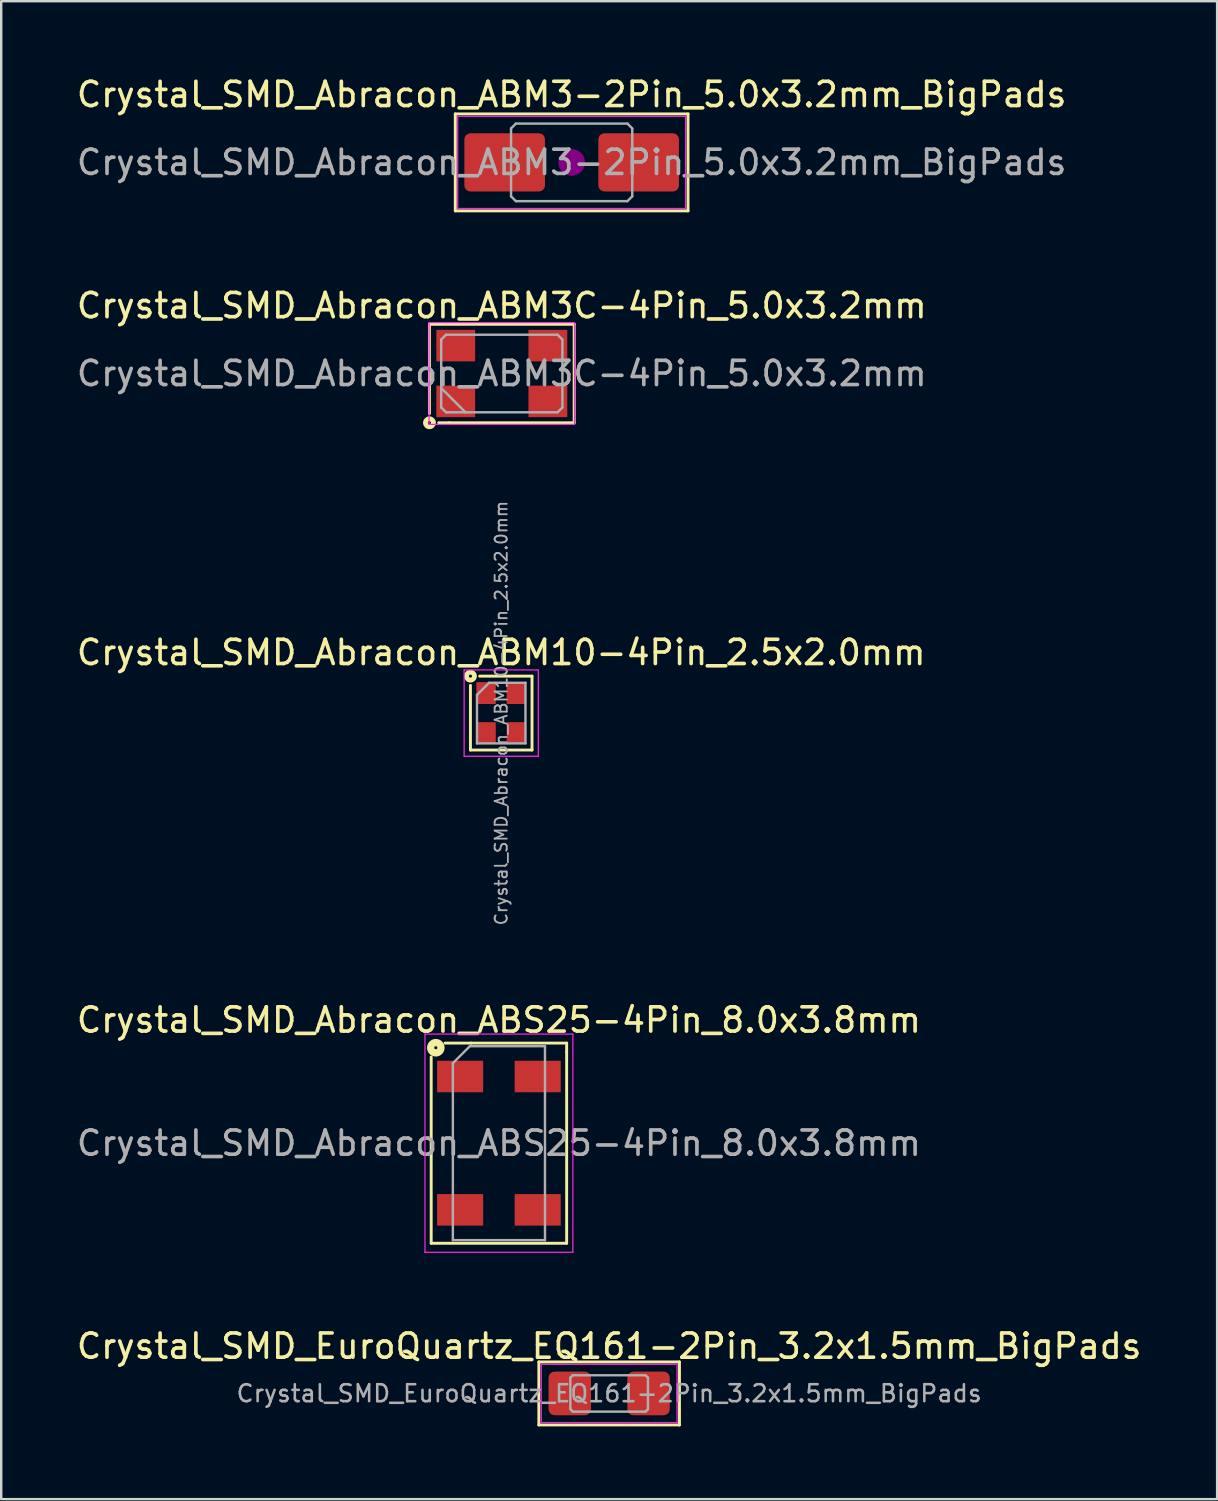
<source format=kicad_pcb>
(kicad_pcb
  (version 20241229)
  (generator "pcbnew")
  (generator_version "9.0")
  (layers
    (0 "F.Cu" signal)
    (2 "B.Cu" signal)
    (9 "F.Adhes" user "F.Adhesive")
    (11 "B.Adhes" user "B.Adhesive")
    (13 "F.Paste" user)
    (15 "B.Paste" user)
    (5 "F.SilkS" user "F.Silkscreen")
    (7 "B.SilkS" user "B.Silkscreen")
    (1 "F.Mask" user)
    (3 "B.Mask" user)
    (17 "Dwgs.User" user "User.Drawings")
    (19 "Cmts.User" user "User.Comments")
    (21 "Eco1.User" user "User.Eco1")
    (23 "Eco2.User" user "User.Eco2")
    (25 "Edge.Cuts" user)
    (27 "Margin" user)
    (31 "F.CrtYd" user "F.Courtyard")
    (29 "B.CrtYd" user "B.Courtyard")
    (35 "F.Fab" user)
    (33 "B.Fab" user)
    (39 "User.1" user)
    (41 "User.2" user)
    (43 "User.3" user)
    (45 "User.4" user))
  (footprint "Crystal_SMD_Abracon_ABM3C-4Pin_5.0x3.2mm"
    (layer "F.Cu")
    (at 17.649 12.357)
    (property "Reference" "Crystal_SMD_Abracon_ABM3C-4Pin_5.0x3.2mm" (at 0 -2.8 0) (layer "F.SilkS") (effects (font (size 1 1) (thickness 0.15))))
    (attr smd)
    (fp_line (start -2.985 -2.032) (end 2.985 -2.032) (stroke (width 0.12) (type solid)) (layer "F.SilkS"))
    (fp_line (start -2.985 1.651) (end -2.985 -2.032) (stroke (width 0.12) (type solid)) (layer "F.SilkS"))
    (fp_line (start -2.603 2.032) (end -2.159 2.032) (stroke (width 0.12) (type solid)) (layer "F.SilkS"))
    (fp_line (start 2.985 -2.032) (end 2.985 2.032) (stroke (width 0.12) (type solid)) (layer "F.SilkS"))
    (fp_line (start 2.985 2.032) (end -2.159 2.032) (stroke (width 0.12) (type solid)) (layer "F.SilkS"))
    (fp_circle (center -2.985 2.032) (end -2.921 2.032) (stroke (width 0.2) (type solid)) (fill no) (layer "F.SilkS"))
    (fp_line (start -3 -2.1) (end -3 2.1) (stroke (width 0.05) (type solid)) (layer "F.CrtYd"))
    (fp_line (start -3 2.1) (end 3 2.1) (stroke (width 0.05) (type solid)) (layer "F.CrtYd"))
    (fp_line (start 3 -2.1) (end -3 -2.1) (stroke (width 0.05) (type solid)) (layer "F.CrtYd"))
    (fp_line (start 3 2.1) (end 3 -2.1) (stroke (width 0.05) (type solid)) (layer "F.CrtYd"))
    (fp_line (start -2.5 -1.4) (end -2.3 -1.6) (stroke (width 0.1) (type solid)) (layer "F.Fab"))
    (fp_line (start -2.5 0.6) (end -1.5 1.6) (stroke (width 0.1) (type solid)) (layer "F.Fab"))
    (fp_line (start -2.5 1.4) (end -2.5 -1.4) (stroke (width 0.1) (type solid)) (layer "F.Fab"))
    (fp_line (start -2.3 -1.6) (end 2.3 -1.6) (stroke (width 0.1) (type solid)) (layer "F.Fab"))
    (fp_line (start -2.3 1.6) (end -2.5 1.4) (stroke (width 0.1) (type solid)) (layer "F.Fab"))
    (fp_line (start 2.3 -1.6) (end 2.5 -1.4) (stroke (width 0.1) (type solid)) (layer "F.Fab"))
    (fp_line (start 2.3 1.6) (end -2.3 1.6) (stroke (width 0.1) (type solid)) (layer "F.Fab"))
    (fp_line (start 2.5 -1.4) (end 2.5 1.4) (stroke (width 0.1) (type solid)) (layer "F.Fab"))
    (fp_line (start 2.5 1.4) (end 2.3 1.6) (stroke (width 0.1) (type solid)) (layer "F.Fab"))
    (fp_text user "${REFERENCE}" (at 0 0 0) (layer "F.Fab") (effects (font (size 1 1) (thickness 0.15))))
    (pad "1" smd rect (at -1.9 1.15) (size 1.6 1.3) (layers "F.Cu" "F.Mask" "F.Paste"))
    (pad "2" smd rect (at 1.9 1.15) (size 1.6 1.3) (layers "F.Cu" "F.Mask" "F.Paste"))
    (pad "3" smd rect (at 1.9 -1.15) (size 1.6 1.3) (layers "F.Cu" "F.Mask" "F.Paste"))
    (pad "4" smd rect (at -1.9 -1.15) (size 1.6 1.3) (layers "F.Cu" "F.Mask" "F.Paste")))
  (footprint "Crystal_SMD_Abracon_ABM10-4Pin_2.5x2.0mm"
    (layer "F.Cu")
    (at 17.625 26.364)
    (property "Reference" "Crystal_SMD_Abracon_ABM10-4Pin_2.5x2.0mm" (at 0 -2.5 0) (layer "F.SilkS") (effects (font (size 1 1) (thickness 0.15))))
    (attr smd)
    (fp_line (start -1.27 -1.143) (end -1.27 1.524) (stroke (width 0.12) (type solid)) (layer "F.SilkS"))
    (fp_line (start -1.27 1.524) (end 1.27 1.524) (stroke (width 0.12) (type solid)) (layer "F.SilkS"))
    (fp_line (start 1.27 -1.524) (end -0.889 -1.524) (stroke (width 0.12) (type solid)) (layer "F.SilkS"))
    (fp_line (start 1.27 1.524) (end 1.27 -1.524) (stroke (width 0.12) (type solid)) (layer "F.SilkS"))
    (fp_circle (center -1.27 -1.524) (end -1.206 -1.524) (stroke (width 0.2) (type solid)) (fill no) (layer "F.SilkS"))
    (fp_line (start -1.53 -1.78) (end -1.53 1.78) (stroke (width 0.05) (type solid)) (layer "F.CrtYd"))
    (fp_line (start -1.53 1.78) (end 1.53 1.78) (stroke (width 0.05) (type solid)) (layer "F.CrtYd"))
    (fp_line (start 1.53 -1.78) (end -1.53 -1.78) (stroke (width 0.05) (type solid)) (layer "F.CrtYd"))
    (fp_line (start 1.53 -1.78) (end 1.53 1.78) (stroke (width 0.05) (type solid)) (layer "F.CrtYd"))
    (fp_line (start -1 -0.75) (end -1 1.25) (stroke (width 0.1) (type solid)) (layer "F.Fab"))
    (fp_line (start -1 1.25) (end 1 1.25) (stroke (width 0.1) (type solid)) (layer "F.Fab"))
    (fp_line (start -0.5 -1.25) (end -1 -0.75) (stroke (width 0.1) (type solid)) (layer "F.Fab"))
    (fp_line (start -0.5 -1.25) (end 1 -1.25) (stroke (width 0.1) (type solid)) (layer "F.Fab"))
    (fp_line (start 1 -1.25) (end 1 1.25) (stroke (width 0.1) (type solid)) (layer "F.Fab"))
    (fp_text user "${REFERENCE}" (at 0 0 90) (layer "F.Fab") (effects (font (size 0.5 0.5) (thickness 0.075))))
    (pad "1" smd rect (at -0.625 -0.825) (size 0.8 0.9) (layers "F.Cu" "F.Mask" "F.Paste"))
    (pad "2" smd rect (at -0.625 0.825) (size 0.8 0.9) (layers "F.Cu" "F.Mask" "F.Paste"))
    (pad "3" smd rect (at 0.625 0.825) (size 0.8 0.9) (layers "F.Cu" "F.Mask" "F.Paste"))
    (pad "4" smd rect (at 0.625 -0.825) (size 0.8 0.9) (layers "F.Cu" "F.Mask" "F.Paste")))
  (footprint "Crystal_SMD_EuroQuartz_EQ161-2Pin_3.2x1.5mm_BigPads"
    (layer "F.Cu")
    (at 22.077 54.428)
    (property "Reference" "Crystal_SMD_EuroQuartz_EQ161-2Pin_3.2x1.5mm_BigPads" (at 0 -1.95 0) (layer "F.SilkS") (effects (font (size 1 1) (thickness 0.15))))
    (attr smd)
    (fp_line (start -2.9 -1.3) (end -2.9 1.3) (stroke (width 0.12) (type solid)) (layer "F.SilkS"))
    (fp_line (start -2.9 1.3) (end 2.9 1.3) (stroke (width 0.12) (type solid)) (layer "F.SilkS"))
    (fp_line (start 2.9 -1.3) (end -2.9 -1.3) (stroke (width 0.12) (type solid)) (layer "F.SilkS"))
    (fp_line (start 2.9 1.3) (end 2.9 -1.3) (stroke (width 0.12) (type solid)) (layer "F.SilkS"))
    (fp_line (start -2.8 -1.2) (end -2.8 1.2) (stroke (width 0.05) (type solid)) (layer "F.CrtYd"))
    (fp_line (start -2.8 1.2) (end 2.8 1.2) (stroke (width 0.05) (type solid)) (layer "F.CrtYd"))
    (fp_line (start 2.8 -1.2) (end -2.8 -1.2) (stroke (width 0.05) (type solid)) (layer "F.CrtYd"))
    (fp_line (start 2.8 1.2) (end 2.8 -1.2) (stroke (width 0.05) (type solid)) (layer "F.CrtYd"))
    (fp_line (start -1.6 -0.65) (end -1.5 -0.75) (stroke (width 0.1) (type solid)) (layer "F.Fab"))
    (fp_line (start -1.6 0.65) (end -1.6 -0.65) (stroke (width 0.1) (type solid)) (layer "F.Fab"))
    (fp_line (start -1.5 -0.75) (end 1.5 -0.75) (stroke (width 0.1) (type solid)) (layer "F.Fab"))
    (fp_line (start -1.5 0.75) (end -1.6 0.65) (stroke (width 0.1) (type solid)) (layer "F.Fab"))
    (fp_line (start 1.5 -0.75) (end 1.6 -0.65) (stroke (width 0.1) (type solid)) (layer "F.Fab"))
    (fp_line (start 1.5 0.75) (end -1.5 0.75) (stroke (width 0.1) (type solid)) (layer "F.Fab"))
    (fp_line (start 1.6 -0.65) (end 1.6 0.65) (stroke (width 0.1) (type solid)) (layer "F.Fab"))
    (fp_line (start 1.6 0.65) (end 1.5 0.75) (stroke (width 0.1) (type solid)) (layer "F.Fab"))
    (fp_text user "${REFERENCE}" (at 0 0 0) (layer "F.Fab") (effects (font (size 0.7 0.7) (thickness 0.105))))
    (pad "1" smd roundrect (at -1.625 0) (size 1.75 1.8) (layers "F.Cu" "F.Mask" "F.Paste") (roundrect_rratio 0.143))
    (pad "2" smd roundrect (at 1.625 0) (size 1.75 1.8) (layers "F.Cu" "F.Mask" "F.Paste") (roundrect_rratio 0.143)))
  (footprint "Crystal_SMD_Abracon_ABM3-2Pin_5.0x3.2mm_BigPads"
    (layer "F.Cu")
    (at 20.53 3.648)
    (property "Reference" "Crystal_SMD_Abracon_ABM3-2Pin_5.0x3.2mm_BigPads" (at 0 -2.8 0) (layer "F.SilkS") (effects (font (size 1 1) (thickness 0.15))))
    (attr smd)
    (fp_line (start -4.8 -2) (end -4.8 2) (stroke (width 0.12) (type solid)) (layer "F.SilkS"))
    (fp_line (start -4.8 2) (end 4.8 2) (stroke (width 0.12) (type solid)) (layer "F.SilkS"))
    (fp_line (start 4.8 -2) (end -4.8 -2) (stroke (width 0.12) (type solid)) (layer "F.SilkS"))
    (fp_line (start 4.8 2) (end 4.8 -2) (stroke (width 0.12) (type solid)) (layer "F.SilkS"))
    (fp_circle (center 0 0) (end 0.117 0) (stroke (width 0.233) (type solid)) (fill no) (layer "F.Adhes"))
    (fp_circle (center 0 0) (end 0.267 0) (stroke (width 0.167) (type solid)) (fill no) (layer "F.Adhes"))
    (fp_circle (center 0 0) (end 0.417 0) (stroke (width 0.167) (type solid)) (fill no) (layer "F.Adhes"))
    (fp_circle (center 0 0) (end 0.5 0) (stroke (width 0.1) (type solid)) (fill no) (layer "F.Adhes"))
    (fp_line (start -4.7 -1.9) (end -4.7 1.9) (stroke (width 0.05) (type solid)) (layer "F.CrtYd"))
    (fp_line (start -4.7 1.9) (end 4.7 1.9) (stroke (width 0.05) (type solid)) (layer "F.CrtYd"))
    (fp_line (start 4.7 -1.9) (end -4.7 -1.9) (stroke (width 0.05) (type solid)) (layer "F.CrtYd"))
    (fp_line (start 4.7 1.9) (end 4.7 -1.9) (stroke (width 0.05) (type solid)) (layer "F.CrtYd"))
    (fp_line (start -2.5 -1.4) (end -2.3 -1.6) (stroke (width 0.1) (type solid)) (layer "F.Fab"))
    (fp_line (start -2.5 1.4) (end -2.5 -1.4) (stroke (width 0.1) (type solid)) (layer "F.Fab"))
    (fp_line (start -2.3 -1.6) (end 2.3 -1.6) (stroke (width 0.1) (type solid)) (layer "F.Fab"))
    (fp_line (start -2.3 1.6) (end -2.5 1.4) (stroke (width 0.1) (type solid)) (layer "F.Fab"))
    (fp_line (start 2.3 -1.6) (end 2.5 -1.4) (stroke (width 0.1) (type solid)) (layer "F.Fab"))
    (fp_line (start 2.3 1.6) (end -2.3 1.6) (stroke (width 0.1) (type solid)) (layer "F.Fab"))
    (fp_line (start 2.5 -1.4) (end 2.5 1.4) (stroke (width 0.1) (type solid)) (layer "F.Fab"))
    (fp_line (start 2.5 1.4) (end 2.3 1.6) (stroke (width 0.1) (type solid)) (layer "F.Fab"))
    (fp_text user "${REFERENCE}" (at 0 0 0) (layer "F.Fab") (effects (font (size 1 1) (thickness 0.15))))
    (pad "1" smd roundrect (at -2.763 0) (size 3.325 2.4) (layers "F.Cu" "F.Mask" "F.Paste") (roundrect_rratio 0.104))
    (pad "2" smd roundrect (at 2.763 0) (size 3.325 2.4) (layers "F.Cu" "F.Mask" "F.Paste") (roundrect_rratio 0.104)))
  (footprint "Crystal_SMD_Abracon_ABS25-4Pin_8.0x3.8mm"
    (layer "F.Cu")
    (at 17.53 44.105)
    (property "Reference" "Crystal_SMD_Abracon_ABS25-4Pin_8.0x3.8mm" (at 0 -5.08 0) (layer "F.SilkS") (effects (font (size 1 1) (thickness 0.15))))
    (attr smd)
    (fp_line (start -2.794 4.128) (end -2.794 -3.556) (stroke (width 0.12) (type solid)) (layer "F.SilkS"))
    (fp_line (start -2.794 4.128) (end 2.794 4.128) (stroke (width 0.12) (type solid)) (layer "F.SilkS"))
    (fp_line (start -1.143 -4.128) (end -2.223 -4.128) (stroke (width 0.12) (type solid)) (layer "F.SilkS"))
    (fp_line (start 2.794 -4.128) (end -1.143 -4.128) (stroke (width 0.12) (type solid)) (layer "F.SilkS"))
    (fp_line (start 2.794 -3.747) (end 2.794 -4.128) (stroke (width 0.12) (type solid)) (layer "F.SilkS"))
    (fp_line (start 2.794 4.128) (end 2.794 -3.747) (stroke (width 0.12) (type solid)) (layer "F.SilkS"))
    (fp_circle (center -2.603 -3.937) (end -2.54 -3.937) (stroke (width 0.3) (type solid)) (fill no) (layer "F.SilkS"))
    (fp_line (start -3.05 -4.5) (end -3.05 4.5) (stroke (width 0.05) (type solid)) (layer "F.CrtYd"))
    (fp_line (start -3.05 4.5) (end 3.05 4.5) (stroke (width 0.05) (type solid)) (layer "F.CrtYd"))
    (fp_line (start 3.05 -4.5) (end -3.05 -4.5) (stroke (width 0.05) (type solid)) (layer "F.CrtYd"))
    (fp_line (start 3.05 4.5) (end 3.05 -4.5) (stroke (width 0.05) (type solid)) (layer "F.CrtYd"))
    (fp_line (start -1.9 -3.3) (end -1.2 -4) (stroke (width 0.1) (type solid)) (layer "F.Fab"))
    (fp_line (start -1.9 4) (end -1.9 -3.3) (stroke (width 0.1) (type solid)) (layer "F.Fab"))
    (fp_line (start -1.2 -4) (end 1.9 -4) (stroke (width 0.1) (type solid)) (layer "F.Fab"))
    (fp_line (start 1.9 -4) (end 1.9 4) (stroke (width 0.1) (type solid)) (layer "F.Fab"))
    (fp_line (start 1.9 4) (end -1.9 4) (stroke (width 0.1) (type solid)) (layer "F.Fab"))
    (fp_text user "${REFERENCE}" (at 0 0 0) (layer "F.Fab") (effects (font (size 1 1) (thickness 0.15))))
    (pad "1" smd rect (at -1.6 -2.75 270) (size 1.3 1.9) (layers "F.Cu" "F.Mask" "F.Paste"))
    (pad "2" smd rect (at -1.6 2.75 270) (size 1.3 1.9) (layers "F.Cu" "F.Mask" "F.Paste"))
    (pad "3" smd rect (at 1.6 2.75 270) (size 1.3 1.9) (layers "F.Cu" "F.Mask" "F.Paste"))
    (pad "4" smd rect (at 1.6 -2.75 270) (size 1.3 1.9) (layers "F.Cu" "F.Mask" "F.Paste")))
  (gr_rect
    (start -3 -3)
    (end 47.155 58.788)
    (stroke (width 0.1) (type default))
    (fill no)
    (layer "Edge.Cuts")))
</source>
